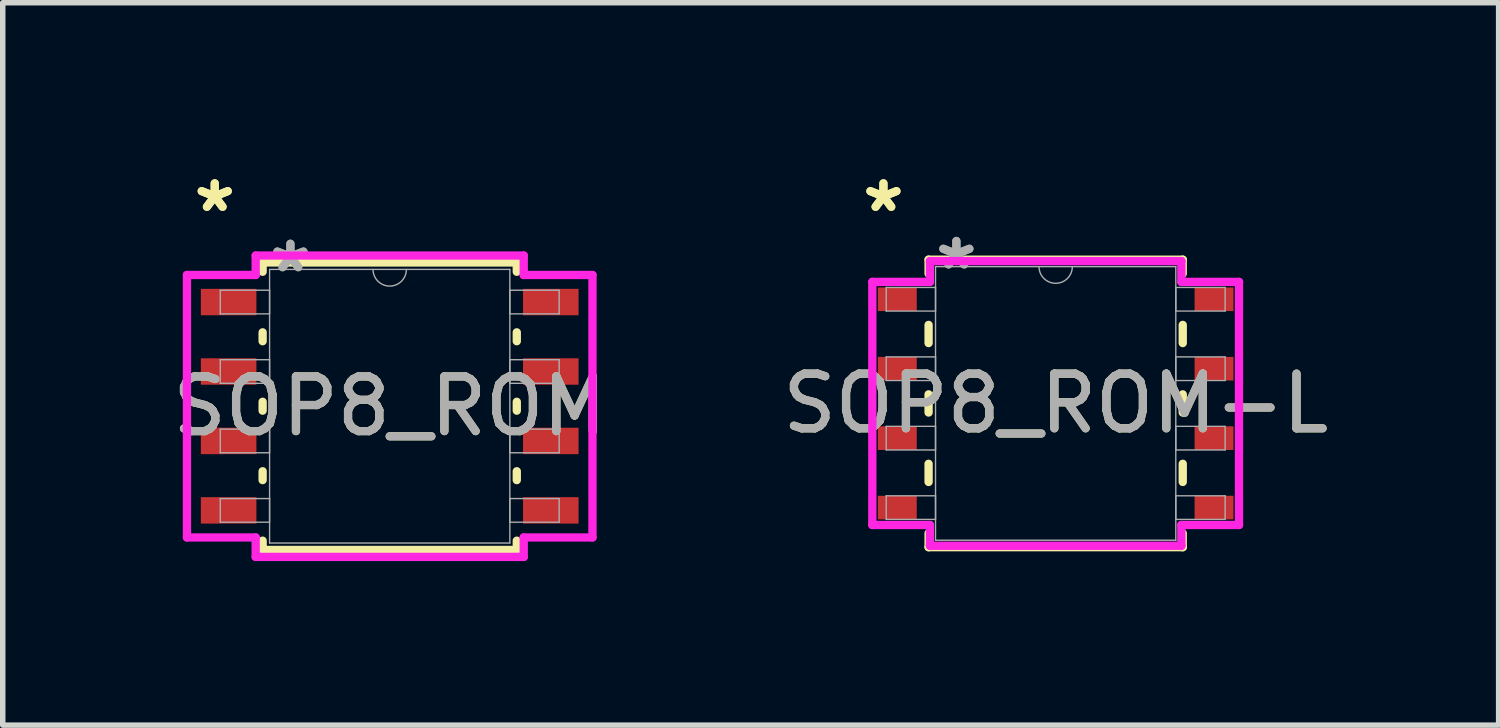
<source format=kicad_pcb>
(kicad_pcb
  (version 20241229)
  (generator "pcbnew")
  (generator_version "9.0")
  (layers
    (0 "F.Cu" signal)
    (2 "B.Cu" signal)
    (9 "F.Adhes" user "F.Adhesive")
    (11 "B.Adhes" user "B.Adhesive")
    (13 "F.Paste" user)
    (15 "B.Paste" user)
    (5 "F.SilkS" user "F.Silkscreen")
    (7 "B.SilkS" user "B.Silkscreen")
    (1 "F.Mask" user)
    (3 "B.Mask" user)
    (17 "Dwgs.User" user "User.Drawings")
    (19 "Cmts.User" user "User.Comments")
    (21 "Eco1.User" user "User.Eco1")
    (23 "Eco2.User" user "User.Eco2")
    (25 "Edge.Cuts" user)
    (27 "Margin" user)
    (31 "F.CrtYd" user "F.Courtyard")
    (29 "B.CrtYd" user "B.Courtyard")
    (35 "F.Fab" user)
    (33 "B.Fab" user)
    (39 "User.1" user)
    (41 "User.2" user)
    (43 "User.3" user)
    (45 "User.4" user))
  (footprint "SOP8_ROM-L"
    (layer "F.Cu")
    (at 16.256 4.328)
    (property "Reference" "SOP8_ROM-L" (at 0 0 0) (unlocked yes) (layer "F.SilkS") (effects (font (size 1 1) (thickness 0.15))))
    (attr smd)
    (fp_line (start -2.324 -2.629) (end -2.324 -2.374) (stroke (width 0.152) (type solid)) (layer "F.SilkS"))
    (fp_line (start -2.324 -1.436) (end -2.324 -1.104) (stroke (width 0.152) (type solid)) (layer "F.SilkS"))
    (fp_line (start -2.324 -0.166) (end -2.324 0.166) (stroke (width 0.152) (type solid)) (layer "F.SilkS"))
    (fp_line (start -2.324 1.104) (end -2.324 1.436) (stroke (width 0.152) (type solid)) (layer "F.SilkS"))
    (fp_line (start -2.324 2.374) (end -2.324 2.629) (stroke (width 0.152) (type solid)) (layer "F.SilkS"))
    (fp_line (start -2.324 2.629) (end 2.324 2.629) (stroke (width 0.152) (type solid)) (layer "F.SilkS"))
    (fp_line (start 2.324 -2.629) (end -2.324 -2.629) (stroke (width 0.152) (type solid)) (layer "F.SilkS"))
    (fp_line (start 2.324 -2.374) (end 2.324 -2.629) (stroke (width 0.152) (type solid)) (layer "F.SilkS"))
    (fp_line (start 2.324 -1.104) (end 2.324 -1.436) (stroke (width 0.152) (type solid)) (layer "F.SilkS"))
    (fp_line (start 2.324 0.166) (end 2.324 -0.166) (stroke (width 0.152) (type solid)) (layer "F.SilkS"))
    (fp_line (start 2.324 1.436) (end 2.324 1.104) (stroke (width 0.152) (type solid)) (layer "F.SilkS"))
    (fp_line (start 2.324 2.629) (end 2.324 2.374) (stroke (width 0.152) (type solid)) (layer "F.SilkS"))
    (fp_line (start -3.353 -2.223) (end -2.299 -2.223) (stroke (width 0.152) (type solid)) (layer "F.CrtYd"))
    (fp_line (start -3.353 2.223) (end -3.353 -2.223) (stroke (width 0.152) (type solid)) (layer "F.CrtYd"))
    (fp_line (start -3.353 2.223) (end -2.299 2.223) (stroke (width 0.152) (type solid)) (layer "F.CrtYd"))
    (fp_line (start -2.299 -2.603) (end 2.299 -2.603) (stroke (width 0.152) (type solid)) (layer "F.CrtYd"))
    (fp_line (start -2.299 -2.223) (end -2.299 -2.603) (stroke (width 0.152) (type solid)) (layer "F.CrtYd"))
    (fp_line (start -2.299 2.603) (end -2.299 2.223) (stroke (width 0.152) (type solid)) (layer "F.CrtYd"))
    (fp_line (start 2.299 -2.603) (end 2.299 -2.223) (stroke (width 0.152) (type solid)) (layer "F.CrtYd"))
    (fp_line (start 2.299 2.223) (end 2.299 2.603) (stroke (width 0.152) (type solid)) (layer "F.CrtYd"))
    (fp_line (start 2.299 2.603) (end -2.299 2.603) (stroke (width 0.152) (type solid)) (layer "F.CrtYd"))
    (fp_line (start 3.353 -2.223) (end 2.299 -2.223) (stroke (width 0.152) (type solid)) (layer "F.CrtYd"))
    (fp_line (start 3.353 -2.223) (end 3.353 2.223) (stroke (width 0.152) (type solid)) (layer "F.CrtYd"))
    (fp_line (start 3.353 2.223) (end 2.299 2.223) (stroke (width 0.152) (type solid)) (layer "F.CrtYd"))
    (fp_line (start -3.099 -2.121) (end -3.099 -1.689) (stroke (width 0.025) (type solid)) (layer "F.Fab"))
    (fp_line (start -3.099 -1.689) (end -2.197 -1.689) (stroke (width 0.025) (type solid)) (layer "F.Fab"))
    (fp_line (start -3.099 -0.851) (end -3.099 -0.419) (stroke (width 0.025) (type solid)) (layer "F.Fab"))
    (fp_line (start -3.099 -0.419) (end -2.197 -0.419) (stroke (width 0.025) (type solid)) (layer "F.Fab"))
    (fp_line (start -3.099 0.419) (end -3.099 0.851) (stroke (width 0.025) (type solid)) (layer "F.Fab"))
    (fp_line (start -3.099 0.851) (end -2.197 0.851) (stroke (width 0.025) (type solid)) (layer "F.Fab"))
    (fp_line (start -3.099 1.689) (end -3.099 2.121) (stroke (width 0.025) (type solid)) (layer "F.Fab"))
    (fp_line (start -3.099 2.121) (end -2.197 2.121) (stroke (width 0.025) (type solid)) (layer "F.Fab"))
    (fp_line (start -2.197 -2.502) (end -2.197 2.502) (stroke (width 0.025) (type solid)) (layer "F.Fab"))
    (fp_line (start -2.197 -2.121) (end -3.099 -2.121) (stroke (width 0.025) (type solid)) (layer "F.Fab"))
    (fp_line (start -2.197 -1.689) (end -2.197 -2.121) (stroke (width 0.025) (type solid)) (layer "F.Fab"))
    (fp_line (start -2.197 -0.851) (end -3.099 -0.851) (stroke (width 0.025) (type solid)) (layer "F.Fab"))
    (fp_line (start -2.197 -0.419) (end -2.197 -0.851) (stroke (width 0.025) (type solid)) (layer "F.Fab"))
    (fp_line (start -2.197 0.419) (end -3.099 0.419) (stroke (width 0.025) (type solid)) (layer "F.Fab"))
    (fp_line (start -2.197 0.851) (end -2.197 0.419) (stroke (width 0.025) (type solid)) (layer "F.Fab"))
    (fp_line (start -2.197 1.689) (end -3.099 1.689) (stroke (width 0.025) (type solid)) (layer "F.Fab"))
    (fp_line (start -2.197 2.121) (end -2.197 1.689) (stroke (width 0.025) (type solid)) (layer "F.Fab"))
    (fp_line (start -2.197 2.502) (end 2.197 2.502) (stroke (width 0.025) (type solid)) (layer "F.Fab"))
    (fp_line (start 2.197 -2.502) (end -2.197 -2.502) (stroke (width 0.025) (type solid)) (layer "F.Fab"))
    (fp_line (start 2.197 -2.121) (end 2.197 -1.689) (stroke (width 0.025) (type solid)) (layer "F.Fab"))
    (fp_line (start 2.197 -1.689) (end 3.099 -1.689) (stroke (width 0.025) (type solid)) (layer "F.Fab"))
    (fp_line (start 2.197 -0.851) (end 2.197 -0.419) (stroke (width 0.025) (type solid)) (layer "F.Fab"))
    (fp_line (start 2.197 -0.419) (end 3.099 -0.419) (stroke (width 0.025) (type solid)) (layer "F.Fab"))
    (fp_line (start 2.197 0.419) (end 2.197 0.851) (stroke (width 0.025) (type solid)) (layer "F.Fab"))
    (fp_line (start 2.197 0.851) (end 3.099 0.851) (stroke (width 0.025) (type solid)) (layer "F.Fab"))
    (fp_line (start 2.197 1.689) (end 2.197 2.121) (stroke (width 0.025) (type solid)) (layer "F.Fab"))
    (fp_line (start 2.197 2.121) (end 3.099 2.121) (stroke (width 0.025) (type solid)) (layer "F.Fab"))
    (fp_line (start 2.197 2.502) (end 2.197 -2.502) (stroke (width 0.025) (type solid)) (layer "F.Fab"))
    (fp_line (start 3.099 -2.121) (end 2.197 -2.121) (stroke (width 0.025) (type solid)) (layer "F.Fab"))
    (fp_line (start 3.099 -1.689) (end 3.099 -2.121) (stroke (width 0.025) (type solid)) (layer "F.Fab"))
    (fp_line (start 3.099 -0.851) (end 2.197 -0.851) (stroke (width 0.025) (type solid)) (layer "F.Fab"))
    (fp_line (start 3.099 -0.419) (end 3.099 -0.851) (stroke (width 0.025) (type solid)) (layer "F.Fab"))
    (fp_line (start 3.099 0.419) (end 2.197 0.419) (stroke (width 0.025) (type solid)) (layer "F.Fab"))
    (fp_line (start 3.099 0.851) (end 3.099 0.419) (stroke (width 0.025) (type solid)) (layer "F.Fab"))
    (fp_line (start 3.099 1.689) (end 2.197 1.689) (stroke (width 0.025) (type solid)) (layer "F.Fab"))
    (fp_line (start 3.099 2.121) (end 3.099 1.689) (stroke (width 0.025) (type solid)) (layer "F.Fab"))
    (fp_arc (start 0.3048 -2.5019) (mid 0 -2.1971) (end -0.3048 -2.5019) (stroke (width 0.0254) (type solid)) (layer "F.Fab"))
    (fp_text user "*" (at -3.15 -3.48 0) (layer "F.SilkS") (effects (font (size 1 1) (thickness 0.15))))
    (fp_text user "*" (at -3.15 -3.48 0) (unlocked yes) (layer "F.SilkS") (effects (font (size 1 1) (thickness 0.15))))
    (fp_text user "*" (at -1.816 -2.426 0) (layer "F.Fab") (effects (font (size 1 1) (thickness 0.15))))
    (fp_text user "*" (at -1.816 -2.426 0) (unlocked yes) (layer "F.Fab") (effects (font (size 1 1) (thickness 0.15))))
    (fp_text user "${REFERENCE}" (at 0 0 0) (unlocked yes) (layer "F.Fab") (effects (font (size 1 1) (thickness 0.15))))
    (pad "1" smd rect (at -2.896 -1.905) (size 0.711 0.432) (layers "F.Cu" "F.Mask" "F.Paste"))
    (pad "2" smd rect (at -2.896 -0.635) (size 0.711 0.432) (layers "F.Cu" "F.Mask" "F.Paste"))
    (pad "3" smd rect (at -2.896 0.635) (size 0.711 0.432) (layers "F.Cu" "F.Mask" "F.Paste"))
    (pad "4" smd rect (at -2.896 1.905) (size 0.711 0.432) (layers "F.Cu" "F.Mask" "F.Paste"))
    (pad "5" smd rect (at 2.896 1.905) (size 0.711 0.432) (layers "F.Cu" "F.Mask" "F.Paste"))
    (pad "6" smd rect (at 2.896 0.635) (size 0.711 0.432) (layers "F.Cu" "F.Mask" "F.Paste"))
    (pad "7" smd rect (at 2.896 -0.635) (size 0.711 0.432) (layers "F.Cu" "F.Mask" "F.Paste"))
    (pad "8" smd rect (at 2.896 -1.905) (size 0.711 0.432) (layers "F.Cu" "F.Mask" "F.Paste")))
  (footprint "SOP8_ROM"
    (layer "F.Cu")
    (at 4.077 4.379)
    (property "Reference" "SOP8_ROM" (at 0 0 0) (unlocked yes) (layer "F.SilkS") (effects (font (size 1 1) (thickness 0.15))))
    (attr smd)
    (fp_line (start -2.324 -2.629) (end -2.324 -2.459) (stroke (width 0.152) (type solid)) (layer "F.SilkS"))
    (fp_line (start -2.324 -1.351) (end -2.324 -1.189) (stroke (width 0.152) (type solid)) (layer "F.SilkS"))
    (fp_line (start -2.324 -0.081) (end -2.324 0.081) (stroke (width 0.152) (type solid)) (layer "F.SilkS"))
    (fp_line (start -2.324 1.189) (end -2.324 1.351) (stroke (width 0.152) (type solid)) (layer "F.SilkS"))
    (fp_line (start -2.324 2.459) (end -2.324 2.629) (stroke (width 0.152) (type solid)) (layer "F.SilkS"))
    (fp_line (start -2.324 2.629) (end 2.324 2.629) (stroke (width 0.152) (type solid)) (layer "F.SilkS"))
    (fp_line (start 2.324 -2.629) (end -2.324 -2.629) (stroke (width 0.152) (type solid)) (layer "F.SilkS"))
    (fp_line (start 2.324 -2.459) (end 2.324 -2.629) (stroke (width 0.152) (type solid)) (layer "F.SilkS"))
    (fp_line (start 2.324 -1.189) (end 2.324 -1.351) (stroke (width 0.152) (type solid)) (layer "F.SilkS"))
    (fp_line (start 2.324 0.081) (end 2.324 -0.081) (stroke (width 0.152) (type solid)) (layer "F.SilkS"))
    (fp_line (start 2.324 1.351) (end 2.324 1.189) (stroke (width 0.152) (type solid)) (layer "F.SilkS"))
    (fp_line (start 2.324 2.629) (end 2.324 2.459) (stroke (width 0.152) (type solid)) (layer "F.SilkS"))
    (fp_line (start -3.708 -2.4) (end -2.451 -2.4) (stroke (width 0.152) (type solid)) (layer "F.CrtYd"))
    (fp_line (start -3.708 2.4) (end -3.708 -2.4) (stroke (width 0.152) (type solid)) (layer "F.CrtYd"))
    (fp_line (start -3.708 2.4) (end -2.451 2.4) (stroke (width 0.152) (type solid)) (layer "F.CrtYd"))
    (fp_line (start -2.451 -2.756) (end 2.451 -2.756) (stroke (width 0.152) (type solid)) (layer "F.CrtYd"))
    (fp_line (start -2.451 -2.4) (end -2.451 -2.756) (stroke (width 0.152) (type solid)) (layer "F.CrtYd"))
    (fp_line (start -2.451 2.756) (end -2.451 2.4) (stroke (width 0.152) (type solid)) (layer "F.CrtYd"))
    (fp_line (start 2.451 -2.756) (end 2.451 -2.4) (stroke (width 0.152) (type solid)) (layer "F.CrtYd"))
    (fp_line (start 2.451 2.4) (end 2.451 2.756) (stroke (width 0.152) (type solid)) (layer "F.CrtYd"))
    (fp_line (start 2.451 2.756) (end -2.451 2.756) (stroke (width 0.152) (type solid)) (layer "F.CrtYd"))
    (fp_line (start 3.708 -2.4) (end 2.451 -2.4) (stroke (width 0.152) (type solid)) (layer "F.CrtYd"))
    (fp_line (start 3.708 -2.4) (end 3.708 2.4) (stroke (width 0.152) (type solid)) (layer "F.CrtYd"))
    (fp_line (start 3.708 2.4) (end 2.451 2.4) (stroke (width 0.152) (type solid)) (layer "F.CrtYd"))
    (fp_line (start -3.099 -2.121) (end -3.099 -1.689) (stroke (width 0.025) (type solid)) (layer "F.Fab"))
    (fp_line (start -3.099 -1.689) (end -2.197 -1.689) (stroke (width 0.025) (type solid)) (layer "F.Fab"))
    (fp_line (start -3.099 -0.851) (end -3.099 -0.419) (stroke (width 0.025) (type solid)) (layer "F.Fab"))
    (fp_line (start -3.099 -0.419) (end -2.197 -0.419) (stroke (width 0.025) (type solid)) (layer "F.Fab"))
    (fp_line (start -3.099 0.419) (end -3.099 0.851) (stroke (width 0.025) (type solid)) (layer "F.Fab"))
    (fp_line (start -3.099 0.851) (end -2.197 0.851) (stroke (width 0.025) (type solid)) (layer "F.Fab"))
    (fp_line (start -3.099 1.689) (end -3.099 2.121) (stroke (width 0.025) (type solid)) (layer "F.Fab"))
    (fp_line (start -3.099 2.121) (end -2.197 2.121) (stroke (width 0.025) (type solid)) (layer "F.Fab"))
    (fp_line (start -2.197 -2.502) (end -2.197 2.502) (stroke (width 0.025) (type solid)) (layer "F.Fab"))
    (fp_line (start -2.197 -2.121) (end -3.099 -2.121) (stroke (width 0.025) (type solid)) (layer "F.Fab"))
    (fp_line (start -2.197 -1.689) (end -2.197 -2.121) (stroke (width 0.025) (type solid)) (layer "F.Fab"))
    (fp_line (start -2.197 -0.851) (end -3.099 -0.851) (stroke (width 0.025) (type solid)) (layer "F.Fab"))
    (fp_line (start -2.197 -0.419) (end -2.197 -0.851) (stroke (width 0.025) (type solid)) (layer "F.Fab"))
    (fp_line (start -2.197 0.419) (end -3.099 0.419) (stroke (width 0.025) (type solid)) (layer "F.Fab"))
    (fp_line (start -2.197 0.851) (end -2.197 0.419) (stroke (width 0.025) (type solid)) (layer "F.Fab"))
    (fp_line (start -2.197 1.689) (end -3.099 1.689) (stroke (width 0.025) (type solid)) (layer "F.Fab"))
    (fp_line (start -2.197 2.121) (end -2.197 1.689) (stroke (width 0.025) (type solid)) (layer "F.Fab"))
    (fp_line (start -2.197 2.502) (end 2.197 2.502) (stroke (width 0.025) (type solid)) (layer "F.Fab"))
    (fp_line (start 2.197 -2.502) (end -2.197 -2.502) (stroke (width 0.025) (type solid)) (layer "F.Fab"))
    (fp_line (start 2.197 -2.121) (end 2.197 -1.689) (stroke (width 0.025) (type solid)) (layer "F.Fab"))
    (fp_line (start 2.197 -1.689) (end 3.099 -1.689) (stroke (width 0.025) (type solid)) (layer "F.Fab"))
    (fp_line (start 2.197 -0.851) (end 2.197 -0.419) (stroke (width 0.025) (type solid)) (layer "F.Fab"))
    (fp_line (start 2.197 -0.419) (end 3.099 -0.419) (stroke (width 0.025) (type solid)) (layer "F.Fab"))
    (fp_line (start 2.197 0.419) (end 2.197 0.851) (stroke (width 0.025) (type solid)) (layer "F.Fab"))
    (fp_line (start 2.197 0.851) (end 3.099 0.851) (stroke (width 0.025) (type solid)) (layer "F.Fab"))
    (fp_line (start 2.197 1.689) (end 2.197 2.121) (stroke (width 0.025) (type solid)) (layer "F.Fab"))
    (fp_line (start 2.197 2.121) (end 3.099 2.121) (stroke (width 0.025) (type solid)) (layer "F.Fab"))
    (fp_line (start 2.197 2.502) (end 2.197 -2.502) (stroke (width 0.025) (type solid)) (layer "F.Fab"))
    (fp_line (start 3.099 -2.121) (end 2.197 -2.121) (stroke (width 0.025) (type solid)) (layer "F.Fab"))
    (fp_line (start 3.099 -1.689) (end 3.099 -2.121) (stroke (width 0.025) (type solid)) (layer "F.Fab"))
    (fp_line (start 3.099 -0.851) (end 2.197 -0.851) (stroke (width 0.025) (type solid)) (layer "F.Fab"))
    (fp_line (start 3.099 -0.419) (end 3.099 -0.851) (stroke (width 0.025) (type solid)) (layer "F.Fab"))
    (fp_line (start 3.099 0.419) (end 2.197 0.419) (stroke (width 0.025) (type solid)) (layer "F.Fab"))
    (fp_line (start 3.099 0.851) (end 3.099 0.419) (stroke (width 0.025) (type solid)) (layer "F.Fab"))
    (fp_line (start 3.099 1.689) (end 2.197 1.689) (stroke (width 0.025) (type solid)) (layer "F.Fab"))
    (fp_line (start 3.099 2.121) (end 3.099 1.689) (stroke (width 0.025) (type solid)) (layer "F.Fab"))
    (fp_arc (start 0.3048 -2.5019) (mid 0 -2.1971) (end -0.3048 -2.5019) (stroke (width 0.0254) (type solid)) (layer "F.Fab"))
    (fp_text user "*" (at -3.2 -3.531 0) (layer "F.SilkS") (effects (font (size 1 1) (thickness 0.15))))
    (fp_text user "*" (at -3.2 -3.531 0) (unlocked yes) (layer "F.SilkS") (effects (font (size 1 1) (thickness 0.15))))
    (fp_text user "${REFERENCE}" (at 0 0 0) (unlocked yes) (layer "F.Fab") (effects (font (size 1 1) (thickness 0.15))))
    (fp_text user "*" (at -1.816 -2.426 0) (unlocked yes) (layer "F.Fab") (effects (font (size 1 1) (thickness 0.15))))
    (fp_text user "*" (at -1.816 -2.426 0) (layer "F.Fab") (effects (font (size 1 1) (thickness 0.15))))
    (pad "1" smd rect (at -2.946 -1.905) (size 1.016 0.483) (layers "F.Cu" "F.Mask" "F.Paste"))
    (pad "2" smd rect (at -2.946 -0.635) (size 1.016 0.483) (layers "F.Cu" "F.Mask" "F.Paste"))
    (pad "3" smd rect (at -2.946 0.635) (size 1.016 0.483) (layers "F.Cu" "F.Mask" "F.Paste"))
    (pad "4" smd rect (at -2.946 1.905) (size 1.016 0.483) (layers "F.Cu" "F.Mask" "F.Paste"))
    (pad "5" smd rect (at 2.946 1.905) (size 1.016 0.483) (layers "F.Cu" "F.Mask" "F.Paste"))
    (pad "6" smd rect (at 2.946 0.635) (size 1.016 0.483) (layers "F.Cu" "F.Mask" "F.Paste"))
    (pad "7" smd rect (at 2.946 -0.635) (size 1.016 0.483) (layers "F.Cu" "F.Mask" "F.Paste"))
    (pad "8" smd rect (at 2.946 -1.905) (size 1.016 0.483) (layers "F.Cu" "F.Mask" "F.Paste")))
  (gr_rect
    (start -3 -3)
    (end 24.357 10.211)
    (stroke (width 0.1) (type default))
    (fill no)
    (layer "Edge.Cuts")))
</source>
